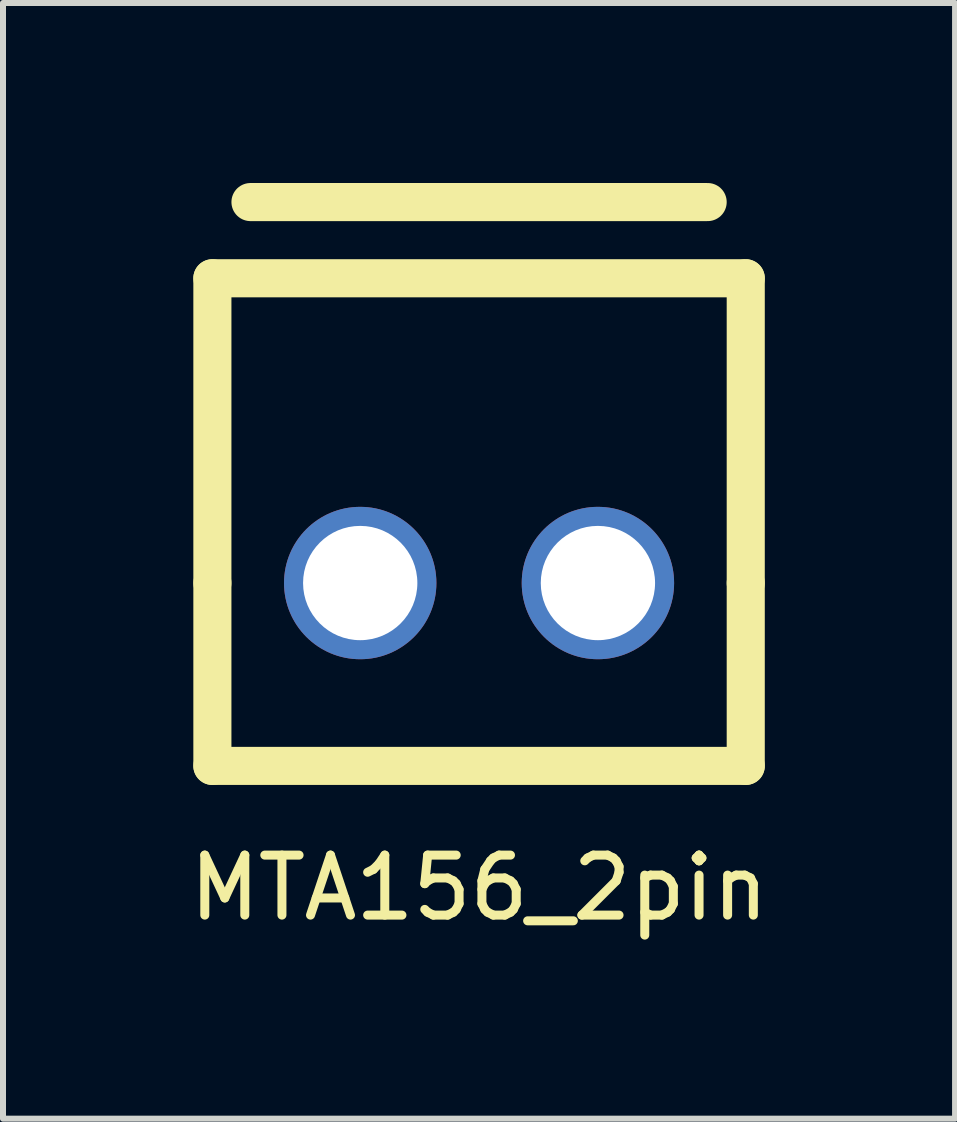
<source format=kicad_pcb>
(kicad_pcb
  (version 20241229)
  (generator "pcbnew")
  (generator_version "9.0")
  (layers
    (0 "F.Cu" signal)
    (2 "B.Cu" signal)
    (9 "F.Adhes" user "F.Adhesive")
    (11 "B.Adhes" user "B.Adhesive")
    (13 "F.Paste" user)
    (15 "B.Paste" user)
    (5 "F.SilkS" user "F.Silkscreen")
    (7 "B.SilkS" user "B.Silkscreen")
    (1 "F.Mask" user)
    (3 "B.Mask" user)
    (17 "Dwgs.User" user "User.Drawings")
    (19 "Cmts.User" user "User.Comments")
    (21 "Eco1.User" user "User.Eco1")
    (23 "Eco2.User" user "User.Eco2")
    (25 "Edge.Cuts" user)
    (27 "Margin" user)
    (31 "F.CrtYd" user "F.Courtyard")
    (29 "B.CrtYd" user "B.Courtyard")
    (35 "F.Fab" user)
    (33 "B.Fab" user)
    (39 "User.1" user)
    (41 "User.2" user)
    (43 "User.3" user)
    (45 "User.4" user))
  (footprint "MTA156_2pin"
    (layer "F.Cu")
    (at 4.935 6.668)
    (property "Reference" "MTA156_2pin" (at 0 5.08 0) (layer "F.SilkS") (effects (font (size 1 1) (thickness 0.15))))
    (attr through_hole)
    (fp_line (start -4.445 -5.08) (end 4.445 -5.08) (stroke (width 0.635) (type solid)) (layer "F.SilkS"))
    (fp_line (start -4.445 0) (end -4.445 -5.08) (stroke (width 0.635) (type solid)) (layer "F.SilkS"))
    (fp_line (start -4.445 0) (end -4.445 3.048) (stroke (width 0.635) (type solid)) (layer "F.SilkS"))
    (fp_line (start -4.445 3.048) (end 4.445 3.048) (stroke (width 0.635) (type solid)) (layer "F.SilkS"))
    (fp_line (start -3.81 -6.35) (end 3.81 -6.35) (stroke (width 0.635) (type solid)) (layer "F.SilkS"))
    (fp_line (start 4.445 -5.08) (end 4.445 0) (stroke (width 0.635) (type solid)) (layer "F.SilkS"))
    (fp_line (start 4.445 3.048) (end 4.445 0) (stroke (width 0.635) (type solid)) (layer "F.SilkS"))
    (pad "1" thru_hole circle (at -1.981 0 180) (size 2.54 2.54) (drill 1.905) (layers "*.Cu" "*.Mask"))
    (pad "2" thru_hole circle (at 1.981 0 180) (size 2.54 2.54) (drill 1.905) (layers "*.Cu" "*.Mask")))
  (gr_rect
    (start -3 -3)
    (end 12.869 15.596)
    (stroke (width 0.1) (type default))
    (fill no)
    (layer "Edge.Cuts")))
</source>
